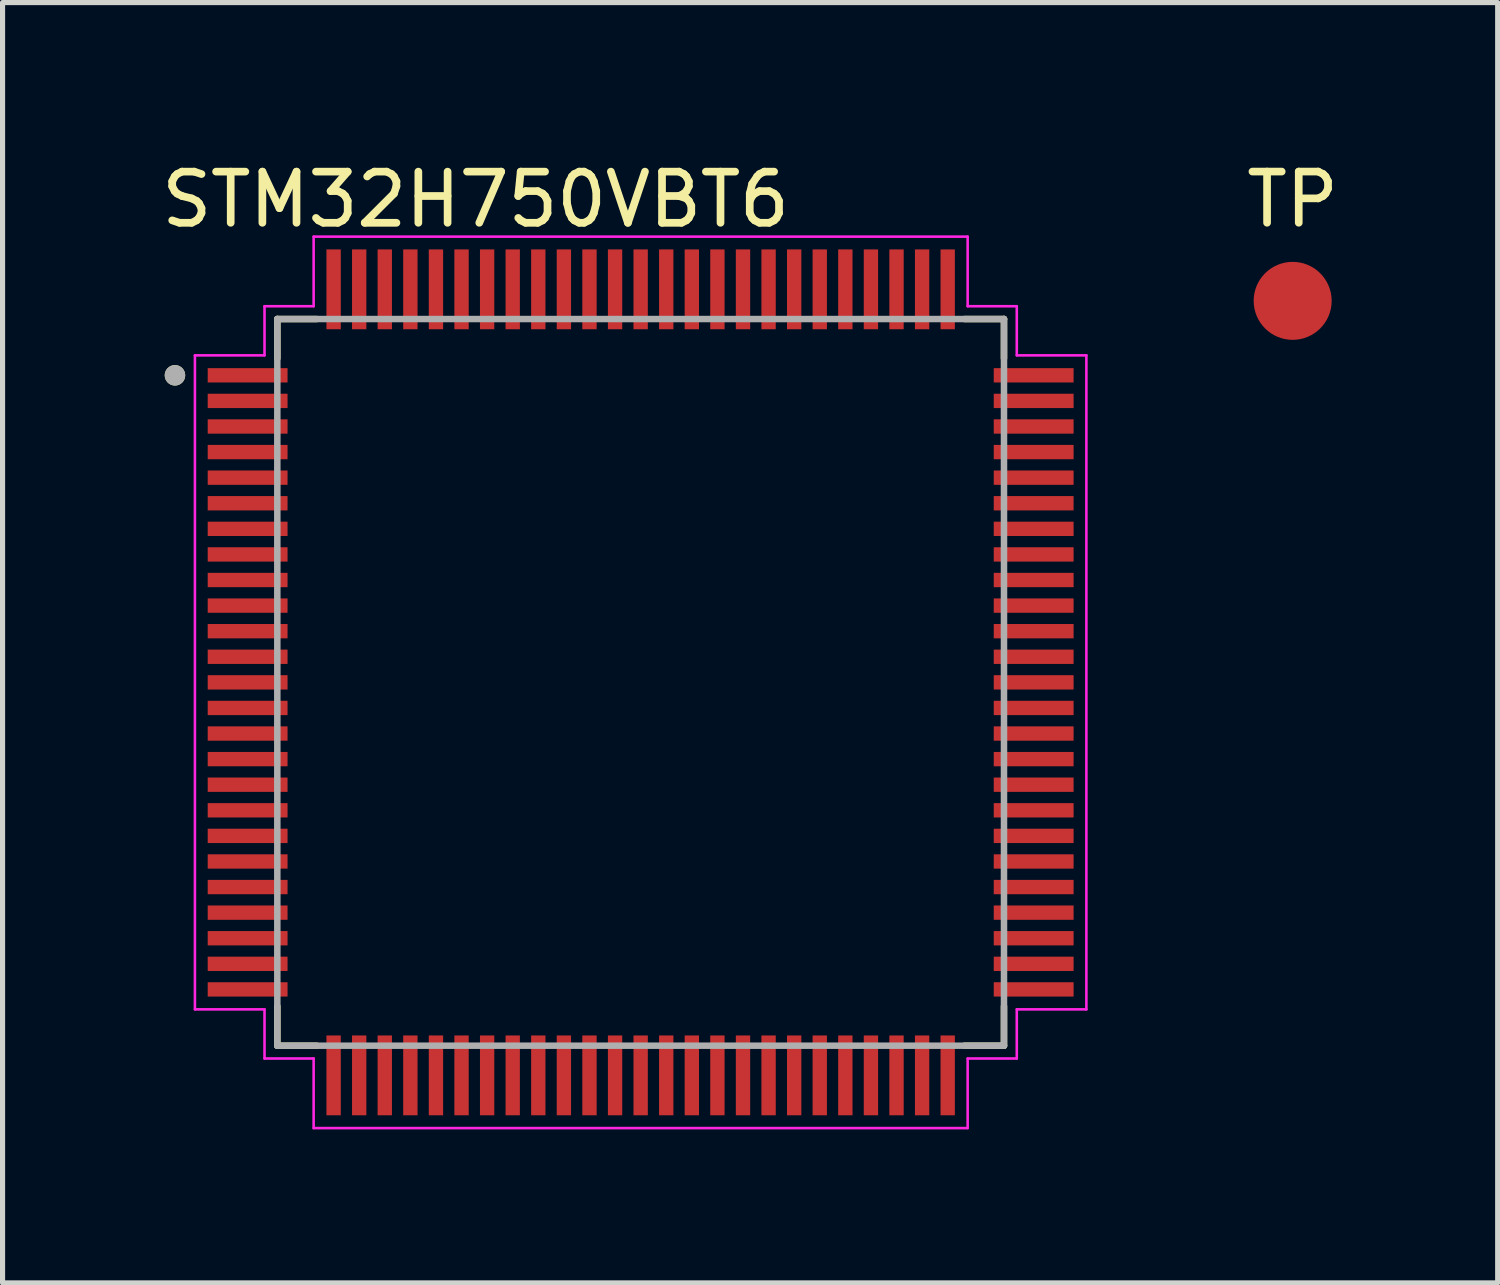
<source format=kicad_pcb>
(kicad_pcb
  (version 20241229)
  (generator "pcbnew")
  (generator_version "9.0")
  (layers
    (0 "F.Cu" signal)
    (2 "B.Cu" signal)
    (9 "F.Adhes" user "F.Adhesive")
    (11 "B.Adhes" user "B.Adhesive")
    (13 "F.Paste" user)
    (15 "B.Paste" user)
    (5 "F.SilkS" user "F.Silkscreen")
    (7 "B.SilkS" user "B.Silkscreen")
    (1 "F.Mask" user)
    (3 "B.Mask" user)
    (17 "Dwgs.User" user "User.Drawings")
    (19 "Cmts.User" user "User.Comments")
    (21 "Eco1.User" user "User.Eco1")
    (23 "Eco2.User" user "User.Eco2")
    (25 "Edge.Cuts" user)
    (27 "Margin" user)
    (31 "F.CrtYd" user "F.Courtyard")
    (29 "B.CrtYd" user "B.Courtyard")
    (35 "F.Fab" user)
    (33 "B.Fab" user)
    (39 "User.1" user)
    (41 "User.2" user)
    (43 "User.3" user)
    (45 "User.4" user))
  (footprint "TP"
    (layer "F.Cu")
    (at 22.21 2.829)
    (property "Reference" "TP" (at 0 -1.981 0) (layer "F.SilkS") (effects (font (size 1 1) (thickness 0.15))))
    (attr through_hole)
    (pad "1" smd circle (at 0 0) (size 1.524 1.524) (layers "F.Cu" "F.Mask" "F.Paste")))
  (footprint "STM32H750VBT6"
    (layer "F.Cu")
    (at 9.469 10.284)
    (property "Reference" "STM32H750VBT6" (at -3.225 -9.435 0) (layer "F.SilkS") (effects (font (size 1 1) (thickness 0.15))))
    (attr through_hole)
    (fp_line (start -7.1 -7.1) (end -6.33 -7.1) (stroke (width 0.127) (type solid)) (layer "F.SilkS"))
    (fp_line (start -7.1 -6.33) (end -7.1 -7.1) (stroke (width 0.127) (type solid)) (layer "F.SilkS"))
    (fp_line (start -7.1 7.1) (end -7.1 6.33) (stroke (width 0.127) (type solid)) (layer "F.SilkS"))
    (fp_line (start -6.33 7.1) (end -7.1 7.1) (stroke (width 0.127) (type solid)) (layer "F.SilkS"))
    (fp_line (start 6.33 -7.1) (end 7.1 -7.1) (stroke (width 0.127) (type solid)) (layer "F.SilkS"))
    (fp_line (start 7.1 -7.1) (end 7.1 -6.33) (stroke (width 0.127) (type solid)) (layer "F.SilkS"))
    (fp_line (start 7.1 6.33) (end 7.1 7.1) (stroke (width 0.127) (type solid)) (layer "F.SilkS"))
    (fp_line (start 7.1 7.1) (end 6.33 7.1) (stroke (width 0.127) (type solid)) (layer "F.SilkS"))
    (fp_circle (center -9.1 -6) (end -9 -6) (stroke (width 0.2) (type solid)) (fill no) (layer "F.SilkS"))
    (fp_line (start -8.71 -6.39) (end -7.35 -6.39) (stroke (width 0.05) (type solid)) (layer "F.CrtYd"))
    (fp_line (start -8.71 6.39) (end -8.71 -6.39) (stroke (width 0.05) (type solid)) (layer "F.CrtYd"))
    (fp_line (start -7.35 -7.35) (end -6.39 -7.35) (stroke (width 0.05) (type solid)) (layer "F.CrtYd"))
    (fp_line (start -7.35 -6.39) (end -7.35 -7.35) (stroke (width 0.05) (type solid)) (layer "F.CrtYd"))
    (fp_line (start -7.35 6.39) (end -8.71 6.39) (stroke (width 0.05) (type solid)) (layer "F.CrtYd"))
    (fp_line (start -7.35 7.35) (end -7.35 6.39) (stroke (width 0.05) (type solid)) (layer "F.CrtYd"))
    (fp_line (start -6.39 -8.71) (end 6.39 -8.71) (stroke (width 0.05) (type solid)) (layer "F.CrtYd"))
    (fp_line (start -6.39 -7.35) (end -6.39 -8.71) (stroke (width 0.05) (type solid)) (layer "F.CrtYd"))
    (fp_line (start -6.39 7.35) (end -7.35 7.35) (stroke (width 0.05) (type solid)) (layer "F.CrtYd"))
    (fp_line (start -6.39 8.71) (end -6.39 7.35) (stroke (width 0.05) (type solid)) (layer "F.CrtYd"))
    (fp_line (start 6.39 -8.71) (end 6.39 -7.35) (stroke (width 0.05) (type solid)) (layer "F.CrtYd"))
    (fp_line (start 6.39 -7.35) (end 7.35 -7.35) (stroke (width 0.05) (type solid)) (layer "F.CrtYd"))
    (fp_line (start 6.39 7.35) (end 6.39 8.71) (stroke (width 0.05) (type solid)) (layer "F.CrtYd"))
    (fp_line (start 6.39 8.71) (end -6.39 8.71) (stroke (width 0.05) (type solid)) (layer "F.CrtYd"))
    (fp_line (start 7.35 -7.35) (end 7.35 -6.39) (stroke (width 0.05) (type solid)) (layer "F.CrtYd"))
    (fp_line (start 7.35 -6.39) (end 8.71 -6.39) (stroke (width 0.05) (type solid)) (layer "F.CrtYd"))
    (fp_line (start 7.35 6.39) (end 7.35 7.35) (stroke (width 0.05) (type solid)) (layer "F.CrtYd"))
    (fp_line (start 7.35 7.35) (end 6.39 7.35) (stroke (width 0.05) (type solid)) (layer "F.CrtYd"))
    (fp_line (start 8.71 -6.39) (end 8.71 6.39) (stroke (width 0.05) (type solid)) (layer "F.CrtYd"))
    (fp_line (start 8.71 6.39) (end 7.35 6.39) (stroke (width 0.05) (type solid)) (layer "F.CrtYd"))
    (fp_line (start -7.1 -7.1) (end 7.1 -7.1) (stroke (width 0.127) (type solid)) (layer "F.Fab"))
    (fp_line (start -7.1 7.1) (end -7.1 -7.1) (stroke (width 0.127) (type solid)) (layer "F.Fab"))
    (fp_line (start 7.1 -7.1) (end 7.1 7.1) (stroke (width 0.127) (type solid)) (layer "F.Fab"))
    (fp_line (start 7.1 7.1) (end -7.1 7.1) (stroke (width 0.127) (type solid)) (layer "F.Fab"))
    (fp_circle (center -9.1 -6) (end -9 -6) (stroke (width 0.2) (type solid)) (fill no) (layer "F.Fab"))
    (pad "1" smd rect (at -7.68 -6) (size 1.56 0.28) (layers "F.Cu" "F.Mask" "F.Paste"))
    (pad "2" smd rect (at -7.68 -5.5) (size 1.56 0.28) (layers "F.Cu" "F.Mask" "F.Paste"))
    (pad "3" smd rect (at -7.68 -5) (size 1.56 0.28) (layers "F.Cu" "F.Mask" "F.Paste"))
    (pad "4" smd rect (at -7.68 -4.5) (size 1.56 0.28) (layers "F.Cu" "F.Mask" "F.Paste"))
    (pad "5" smd rect (at -7.68 -4) (size 1.56 0.28) (layers "F.Cu" "F.Mask" "F.Paste"))
    (pad "6" smd rect (at -7.68 -3.5) (size 1.56 0.28) (layers "F.Cu" "F.Mask" "F.Paste"))
    (pad "7" smd rect (at -7.68 -3) (size 1.56 0.28) (layers "F.Cu" "F.Mask" "F.Paste"))
    (pad "8" smd rect (at -7.68 -2.5) (size 1.56 0.28) (layers "F.Cu" "F.Mask" "F.Paste"))
    (pad "9" smd rect (at -7.68 -2) (size 1.56 0.28) (layers "F.Cu" "F.Mask" "F.Paste"))
    (pad "10" smd rect (at -7.68 -1.5) (size 1.56 0.28) (layers "F.Cu" "F.Mask" "F.Paste"))
    (pad "11" smd rect (at -7.68 -1) (size 1.56 0.28) (layers "F.Cu" "F.Mask" "F.Paste"))
    (pad "12" smd rect (at -7.68 -0.5) (size 1.56 0.28) (layers "F.Cu" "F.Mask" "F.Paste"))
    (pad "13" smd rect (at -7.68 0) (size 1.56 0.28) (layers "F.Cu" "F.Mask" "F.Paste"))
    (pad "14" smd rect (at -7.68 0.5) (size 1.56 0.28) (layers "F.Cu" "F.Mask" "F.Paste"))
    (pad "15" smd rect (at -7.68 1) (size 1.56 0.28) (layers "F.Cu" "F.Mask" "F.Paste"))
    (pad "16" smd rect (at -7.68 1.5) (size 1.56 0.28) (layers "F.Cu" "F.Mask" "F.Paste"))
    (pad "17" smd rect (at -7.68 2) (size 1.56 0.28) (layers "F.Cu" "F.Mask" "F.Paste"))
    (pad "18" smd rect (at -7.68 2.5) (size 1.56 0.28) (layers "F.Cu" "F.Mask" "F.Paste"))
    (pad "19" smd rect (at -7.68 3) (size 1.56 0.28) (layers "F.Cu" "F.Mask" "F.Paste"))
    (pad "20" smd rect (at -7.68 3.5) (size 1.56 0.28) (layers "F.Cu" "F.Mask" "F.Paste"))
    (pad "21" smd rect (at -7.68 4) (size 1.56 0.28) (layers "F.Cu" "F.Mask" "F.Paste"))
    (pad "22" smd rect (at -7.68 4.5) (size 1.56 0.28) (layers "F.Cu" "F.Mask" "F.Paste"))
    (pad "23" smd rect (at -7.68 5) (size 1.56 0.28) (layers "F.Cu" "F.Mask" "F.Paste"))
    (pad "24" smd rect (at -7.68 5.5) (size 1.56 0.28) (layers "F.Cu" "F.Mask" "F.Paste"))
    (pad "25" smd rect (at -7.68 6) (size 1.56 0.28) (layers "F.Cu" "F.Mask" "F.Paste"))
    (pad "26" smd rect (at -6 7.68) (size 0.28 1.56) (layers "F.Cu" "F.Mask" "F.Paste"))
    (pad "27" smd rect (at -5.5 7.68) (size 0.28 1.56) (layers "F.Cu" "F.Mask" "F.Paste"))
    (pad "28" smd rect (at -5 7.68) (size 0.28 1.56) (layers "F.Cu" "F.Mask" "F.Paste"))
    (pad "29" smd rect (at -4.5 7.68) (size 0.28 1.56) (layers "F.Cu" "F.Mask" "F.Paste"))
    (pad "30" smd rect (at -4 7.68) (size 0.28 1.56) (layers "F.Cu" "F.Mask" "F.Paste"))
    (pad "31" smd rect (at -3.5 7.68) (size 0.28 1.56) (layers "F.Cu" "F.Mask" "F.Paste"))
    (pad "32" smd rect (at -3 7.68) (size 0.28 1.56) (layers "F.Cu" "F.Mask" "F.Paste"))
    (pad "33" smd rect (at -2.5 7.68) (size 0.28 1.56) (layers "F.Cu" "F.Mask" "F.Paste"))
    (pad "34" smd rect (at -2 7.68) (size 0.28 1.56) (layers "F.Cu" "F.Mask" "F.Paste"))
    (pad "35" smd rect (at -1.5 7.68) (size 0.28 1.56) (layers "F.Cu" "F.Mask" "F.Paste"))
    (pad "36" smd rect (at -1 7.68) (size 0.28 1.56) (layers "F.Cu" "F.Mask" "F.Paste"))
    (pad "37" smd rect (at -0.5 7.68) (size 0.28 1.56) (layers "F.Cu" "F.Mask" "F.Paste"))
    (pad "38" smd rect (at 0 7.68) (size 0.28 1.56) (layers "F.Cu" "F.Mask" "F.Paste"))
    (pad "39" smd rect (at 0.5 7.68) (size 0.28 1.56) (layers "F.Cu" "F.Mask" "F.Paste"))
    (pad "40" smd rect (at 1 7.68) (size 0.28 1.56) (layers "F.Cu" "F.Mask" "F.Paste"))
    (pad "41" smd rect (at 1.5 7.68) (size 0.28 1.56) (layers "F.Cu" "F.Mask" "F.Paste"))
    (pad "42" smd rect (at 2 7.68) (size 0.28 1.56) (layers "F.Cu" "F.Mask" "F.Paste"))
    (pad "43" smd rect (at 2.5 7.68) (size 0.28 1.56) (layers "F.Cu" "F.Mask" "F.Paste"))
    (pad "44" smd rect (at 3 7.68) (size 0.28 1.56) (layers "F.Cu" "F.Mask" "F.Paste"))
    (pad "45" smd rect (at 3.5 7.68) (size 0.28 1.56) (layers "F.Cu" "F.Mask" "F.Paste"))
    (pad "46" smd rect (at 4 7.68) (size 0.28 1.56) (layers "F.Cu" "F.Mask" "F.Paste"))
    (pad "47" smd rect (at 4.5 7.68) (size 0.28 1.56) (layers "F.Cu" "F.Mask" "F.Paste"))
    (pad "48" smd rect (at 5 7.68) (size 0.28 1.56) (layers "F.Cu" "F.Mask" "F.Paste"))
    (pad "49" smd rect (at 5.5 7.68) (size 0.28 1.56) (layers "F.Cu" "F.Mask" "F.Paste"))
    (pad "50" smd rect (at 6 7.68) (size 0.28 1.56) (layers "F.Cu" "F.Mask" "F.Paste"))
    (pad "51" smd rect (at 7.68 6) (size 1.56 0.28) (layers "F.Cu" "F.Mask" "F.Paste"))
    (pad "52" smd rect (at 7.68 5.5) (size 1.56 0.28) (layers "F.Cu" "F.Mask" "F.Paste"))
    (pad "53" smd rect (at 7.68 5) (size 1.56 0.28) (layers "F.Cu" "F.Mask" "F.Paste"))
    (pad "54" smd rect (at 7.68 4.5) (size 1.56 0.28) (layers "F.Cu" "F.Mask" "F.Paste"))
    (pad "55" smd rect (at 7.68 4) (size 1.56 0.28) (layers "F.Cu" "F.Mask" "F.Paste"))
    (pad "56" smd rect (at 7.68 3.5) (size 1.56 0.28) (layers "F.Cu" "F.Mask" "F.Paste"))
    (pad "57" smd rect (at 7.68 3) (size 1.56 0.28) (layers "F.Cu" "F.Mask" "F.Paste"))
    (pad "58" smd rect (at 7.68 2.5) (size 1.56 0.28) (layers "F.Cu" "F.Mask" "F.Paste"))
    (pad "59" smd rect (at 7.68 2) (size 1.56 0.28) (layers "F.Cu" "F.Mask" "F.Paste"))
    (pad "60" smd rect (at 7.68 1.5) (size 1.56 0.28) (layers "F.Cu" "F.Mask" "F.Paste"))
    (pad "61" smd rect (at 7.68 1) (size 1.56 0.28) (layers "F.Cu" "F.Mask" "F.Paste"))
    (pad "62" smd rect (at 7.68 0.5) (size 1.56 0.28) (layers "F.Cu" "F.Mask" "F.Paste"))
    (pad "63" smd rect (at 7.68 0) (size 1.56 0.28) (layers "F.Cu" "F.Mask" "F.Paste"))
    (pad "64" smd rect (at 7.68 -0.5) (size 1.56 0.28) (layers "F.Cu" "F.Mask" "F.Paste"))
    (pad "65" smd rect (at 7.68 -1) (size 1.56 0.28) (layers "F.Cu" "F.Mask" "F.Paste"))
    (pad "66" smd rect (at 7.68 -1.5) (size 1.56 0.28) (layers "F.Cu" "F.Mask" "F.Paste"))
    (pad "67" smd rect (at 7.68 -2) (size 1.56 0.28) (layers "F.Cu" "F.Mask" "F.Paste"))
    (pad "68" smd rect (at 7.68 -2.5) (size 1.56 0.28) (layers "F.Cu" "F.Mask" "F.Paste"))
    (pad "69" smd rect (at 7.68 -3) (size 1.56 0.28) (layers "F.Cu" "F.Mask" "F.Paste"))
    (pad "70" smd rect (at 7.68 -3.5) (size 1.56 0.28) (layers "F.Cu" "F.Mask" "F.Paste"))
    (pad "71" smd rect (at 7.68 -4) (size 1.56 0.28) (layers "F.Cu" "F.Mask" "F.Paste"))
    (pad "72" smd rect (at 7.68 -4.5) (size 1.56 0.28) (layers "F.Cu" "F.Mask" "F.Paste"))
    (pad "73" smd rect (at 7.68 -5) (size 1.56 0.28) (layers "F.Cu" "F.Mask" "F.Paste"))
    (pad "74" smd rect (at 7.68 -5.5) (size 1.56 0.28) (layers "F.Cu" "F.Mask" "F.Paste"))
    (pad "75" smd rect (at 7.68 -6) (size 1.56 0.28) (layers "F.Cu" "F.Mask" "F.Paste"))
    (pad "76" smd rect (at 6 -7.68) (size 0.28 1.56) (layers "F.Cu" "F.Mask" "F.Paste"))
    (pad "77" smd rect (at 5.5 -7.68) (size 0.28 1.56) (layers "F.Cu" "F.Mask" "F.Paste"))
    (pad "78" smd rect (at 5 -7.68) (size 0.28 1.56) (layers "F.Cu" "F.Mask" "F.Paste"))
    (pad "79" smd rect (at 4.5 -7.68) (size 0.28 1.56) (layers "F.Cu" "F.Mask" "F.Paste"))
    (pad "80" smd rect (at 4 -7.68) (size 0.28 1.56) (layers "F.Cu" "F.Mask" "F.Paste"))
    (pad "81" smd rect (at 3.5 -7.68) (size 0.28 1.56) (layers "F.Cu" "F.Mask" "F.Paste"))
    (pad "82" smd rect (at 3 -7.68) (size 0.28 1.56) (layers "F.Cu" "F.Mask" "F.Paste"))
    (pad "83" smd rect (at 2.5 -7.68) (size 0.28 1.56) (layers "F.Cu" "F.Mask" "F.Paste"))
    (pad "84" smd rect (at 2 -7.68) (size 0.28 1.56) (layers "F.Cu" "F.Mask" "F.Paste"))
    (pad "85" smd rect (at 1.5 -7.68) (size 0.28 1.56) (layers "F.Cu" "F.Mask" "F.Paste"))
    (pad "86" smd rect (at 1 -7.68) (size 0.28 1.56) (layers "F.Cu" "F.Mask" "F.Paste"))
    (pad "87" smd rect (at 0.5 -7.68) (size 0.28 1.56) (layers "F.Cu" "F.Mask" "F.Paste"))
    (pad "88" smd rect (at 0 -7.68) (size 0.28 1.56) (layers "F.Cu" "F.Mask" "F.Paste"))
    (pad "89" smd rect (at -0.5 -7.68) (size 0.28 1.56) (layers "F.Cu" "F.Mask" "F.Paste"))
    (pad "90" smd rect (at -1 -7.68) (size 0.28 1.56) (layers "F.Cu" "F.Mask" "F.Paste"))
    (pad "91" smd rect (at -1.5 -7.68) (size 0.28 1.56) (layers "F.Cu" "F.Mask" "F.Paste"))
    (pad "92" smd rect (at -2 -7.68) (size 0.28 1.56) (layers "F.Cu" "F.Mask" "F.Paste"))
    (pad "93" smd rect (at -2.5 -7.68) (size 0.28 1.56) (layers "F.Cu" "F.Mask" "F.Paste"))
    (pad "94" smd rect (at -3 -7.68) (size 0.28 1.56) (layers "F.Cu" "F.Mask" "F.Paste"))
    (pad "95" smd rect (at -3.5 -7.68) (size 0.28 1.56) (layers "F.Cu" "F.Mask" "F.Paste"))
    (pad "96" smd rect (at -4 -7.68) (size 0.28 1.56) (layers "F.Cu" "F.Mask" "F.Paste"))
    (pad "97" smd rect (at -4.5 -7.68) (size 0.28 1.56) (layers "F.Cu" "F.Mask" "F.Paste"))
    (pad "98" smd rect (at -5 -7.68) (size 0.28 1.56) (layers "F.Cu" "F.Mask" "F.Paste"))
    (pad "99" smd rect (at -5.5 -7.68) (size 0.28 1.56) (layers "F.Cu" "F.Mask" "F.Paste"))
    (pad "100" smd rect (at -6 -7.68) (size 0.28 1.56) (layers "F.Cu" "F.Mask" "F.Paste")))
  (gr_rect
    (start -3 -3)
    (end 26.216 22.019)
    (stroke (width 0.1) (type default))
    (fill no)
    (layer "Edge.Cuts")))
</source>
